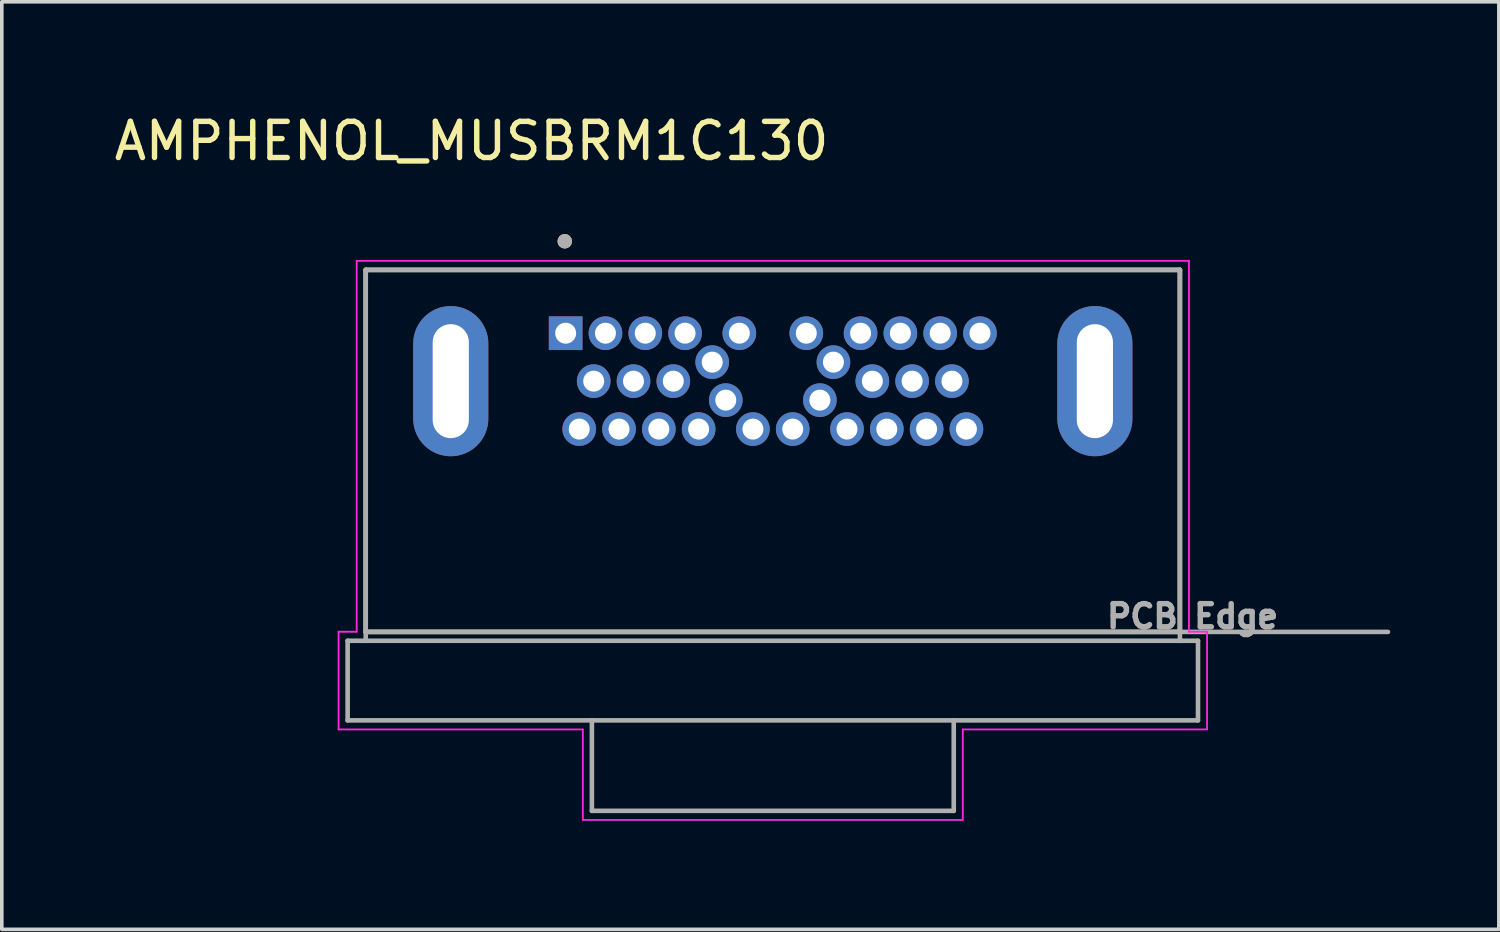
<source format=kicad_pcb>
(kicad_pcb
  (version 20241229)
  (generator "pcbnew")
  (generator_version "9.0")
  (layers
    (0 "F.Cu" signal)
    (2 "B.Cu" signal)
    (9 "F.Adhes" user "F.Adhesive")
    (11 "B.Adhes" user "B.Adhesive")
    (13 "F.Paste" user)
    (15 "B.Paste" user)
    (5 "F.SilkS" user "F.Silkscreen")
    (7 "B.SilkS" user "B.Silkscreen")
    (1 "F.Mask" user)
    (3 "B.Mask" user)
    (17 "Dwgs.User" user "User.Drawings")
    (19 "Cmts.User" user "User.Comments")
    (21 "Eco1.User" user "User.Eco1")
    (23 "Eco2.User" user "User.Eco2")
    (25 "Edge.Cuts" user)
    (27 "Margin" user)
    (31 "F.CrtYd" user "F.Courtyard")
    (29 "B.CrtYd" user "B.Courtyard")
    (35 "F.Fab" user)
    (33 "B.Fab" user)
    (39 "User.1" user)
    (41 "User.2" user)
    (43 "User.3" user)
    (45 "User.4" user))
  (footprint "AMPHENOL_MUSBRM1C130"
    (layer "F.Cu")
    (at 18.307 7.483)
    (property "Reference" "AMPHENOL_MUSBRM1C130" (at -8.325 -6.635 0) (layer "F.SilkS") (effects (font (size 1 1) (thickness 0.15))))
    (attr through_hole)
    (fp_line (start -11.25 -3.075) (end -11.25 6.93) (stroke (width 0.127) (type solid)) (layer "F.SilkS"))
    (fp_line (start -11.25 -3.075) (end 11.25 -3.075) (stroke (width 0.127) (type solid)) (layer "F.SilkS"))
    (fp_line (start 11.25 -3.075) (end 11.25 6.93) (stroke (width 0.127) (type solid)) (layer "F.SilkS"))
    (fp_line (start 11.25 6.93) (end -11.25 6.93) (stroke (width 0.127) (type solid)) (layer "F.SilkS"))
    (fp_circle (center -5.75 -3.865) (end -5.65 -3.865) (stroke (width 0.2) (type solid)) (fill no) (layer "F.SilkS"))
    (fp_line (start -12 6.925) (end -11.5 6.925) (stroke (width 0.05) (type solid)) (layer "F.CrtYd"))
    (fp_line (start -12 9.625) (end -12 6.925) (stroke (width 0.05) (type solid)) (layer "F.CrtYd"))
    (fp_line (start -11.5 -3.325) (end 11.5 -3.325) (stroke (width 0.05) (type solid)) (layer "F.CrtYd"))
    (fp_line (start -11.5 6.925) (end -11.5 -3.325) (stroke (width 0.05) (type solid)) (layer "F.CrtYd"))
    (fp_line (start -5.25 9.625) (end -12 9.625) (stroke (width 0.05) (type solid)) (layer "F.CrtYd"))
    (fp_line (start -5.25 12.125) (end -5.25 9.625) (stroke (width 0.05) (type solid)) (layer "F.CrtYd"))
    (fp_line (start 5.25 9.625) (end 5.25 12.125) (stroke (width 0.05) (type solid)) (layer "F.CrtYd"))
    (fp_line (start 5.25 12.125) (end -5.25 12.125) (stroke (width 0.05) (type solid)) (layer "F.CrtYd"))
    (fp_line (start 11.5 -3.325) (end 11.5 6.925) (stroke (width 0.05) (type solid)) (layer "F.CrtYd"))
    (fp_line (start 11.5 6.925) (end 12 6.925) (stroke (width 0.05) (type solid)) (layer "F.CrtYd"))
    (fp_line (start 12 6.925) (end 12 9.625) (stroke (width 0.05) (type solid)) (layer "F.CrtYd"))
    (fp_line (start 12 9.625) (end 5.25 9.625) (stroke (width 0.05) (type solid)) (layer "F.CrtYd"))
    (fp_line (start -11.75 7.175) (end -11.75 9.375) (stroke (width 0.127) (type solid)) (layer "F.Fab"))
    (fp_line (start -11.75 7.175) (end -11.25 7.175) (stroke (width 0.127) (type solid)) (layer "F.Fab"))
    (fp_line (start -11.75 9.375) (end -5 9.375) (stroke (width 0.127) (type solid)) (layer "F.Fab"))
    (fp_line (start -11.25 -3.075) (end -11.25 6.93) (stroke (width 0.127) (type solid)) (layer "F.Fab"))
    (fp_line (start -11.25 -3.075) (end 11.25 -3.075) (stroke (width 0.127) (type solid)) (layer "F.Fab"))
    (fp_line (start -11.25 6.93) (end -11.25 7.175) (stroke (width 0.127) (type solid)) (layer "F.Fab"))
    (fp_line (start -11.25 7.175) (end 11.25 7.175) (stroke (width 0.127) (type solid)) (layer "F.Fab"))
    (fp_line (start -5 9.375) (end -5 11.875) (stroke (width 0.127) (type solid)) (layer "F.Fab"))
    (fp_line (start -5 9.375) (end 5 9.375) (stroke (width 0.127) (type solid)) (layer "F.Fab"))
    (fp_line (start -5 11.875) (end 5 11.875) (stroke (width 0.127) (type solid)) (layer "F.Fab"))
    (fp_line (start 5 9.375) (end 11.75 9.375) (stroke (width 0.127) (type solid)) (layer "F.Fab"))
    (fp_line (start 5 11.875) (end 5 9.375) (stroke (width 0.127) (type solid)) (layer "F.Fab"))
    (fp_line (start 11.25 -3.075) (end 11.25 6.93) (stroke (width 0.127) (type solid)) (layer "F.Fab"))
    (fp_line (start 11.25 6.93) (end -11.25 6.93) (stroke (width 0.127) (type solid)) (layer "F.Fab"))
    (fp_line (start 11.25 6.93) (end 11.25 7.175) (stroke (width 0.127) (type solid)) (layer "F.Fab"))
    (fp_line (start 11.25 6.93) (end 17 6.93) (stroke (width 0.127) (type solid)) (layer "F.Fab"))
    (fp_line (start 11.25 7.175) (end 11.75 7.175) (stroke (width 0.127) (type solid)) (layer "F.Fab"))
    (fp_line (start 11.75 7.175) (end 11.75 9.375) (stroke (width 0.127) (type solid)) (layer "F.Fab"))
    (fp_circle (center -5.75 -3.865) (end -5.65 -3.865) (stroke (width 0.2) (type solid)) (fill no) (layer "F.Fab"))
    (fp_text user "PCB Edge" (at 11.6 6.5 0) (layer "F.Fab") (effects (font (size 0.64 0.64) (thickness 0.15))))
    (pad "A1" thru_hole rect (at -5.725 -1.325) (size 0.93 0.93) (drill 0.58) (layers "*.Cu" "*.Mask"))
    (pad "A2" thru_hole circle (at -4.625 -1.325) (size 0.93 0.93) (drill 0.58) (layers "*.Cu" "*.Mask"))
    (pad "A3" thru_hole circle (at -3.525 -1.325) (size 0.93 0.93) (drill 0.58) (layers "*.Cu" "*.Mask"))
    (pad "A4" thru_hole circle (at -2.425 -1.325) (size 0.93 0.93) (drill 0.58) (layers "*.Cu" "*.Mask"))
    (pad "A5" thru_hole circle (at -1.675 -0.525) (size 0.93 0.93) (drill 0.58) (layers "*.Cu" "*.Mask"))
    (pad "A6" thru_hole circle (at -0.925 -1.325) (size 0.93 0.93) (drill 0.58) (layers "*.Cu" "*.Mask"))
    (pad "A7" thru_hole circle (at 0.925 -1.325) (size 0.93 0.93) (drill 0.58) (layers "*.Cu" "*.Mask"))
    (pad "A8" thru_hole circle (at 1.675 -0.525) (size 0.93 0.93) (drill 0.58) (layers "*.Cu" "*.Mask"))
    (pad "A9" thru_hole circle (at 2.425 -1.325) (size 0.93 0.93) (drill 0.58) (layers "*.Cu" "*.Mask"))
    (pad "A10" thru_hole circle (at 3.525 -1.325) (size 0.93 0.93) (drill 0.58) (layers "*.Cu" "*.Mask"))
    (pad "A11" thru_hole circle (at 4.625 -1.325) (size 0.93 0.93) (drill 0.58) (layers "*.Cu" "*.Mask"))
    (pad "A12" thru_hole circle (at 5.725 -1.325) (size 0.93 0.93) (drill 0.58) (layers "*.Cu" "*.Mask"))
    (pad "B1" thru_hole circle (at 5.35 1.325) (size 0.93 0.93) (drill 0.58) (layers "*.Cu" "*.Mask"))
    (pad "B2" thru_hole circle (at 4.25 1.325) (size 0.93 0.93) (drill 0.58) (layers "*.Cu" "*.Mask"))
    (pad "B3" thru_hole circle (at 3.15 1.325) (size 0.93 0.93) (drill 0.58) (layers "*.Cu" "*.Mask"))
    (pad "B4" thru_hole circle (at 2.05 1.325) (size 0.93 0.93) (drill 0.58) (layers "*.Cu" "*.Mask"))
    (pad "B5" thru_hole circle (at 1.3 0.525) (size 0.93 0.93) (drill 0.58) (layers "*.Cu" "*.Mask"))
    (pad "B6" thru_hole circle (at 0.55 1.325) (size 0.93 0.93) (drill 0.58) (layers "*.Cu" "*.Mask"))
    (pad "B7" thru_hole circle (at -0.55 1.325) (size 0.93 0.93) (drill 0.58) (layers "*.Cu" "*.Mask"))
    (pad "B8" thru_hole circle (at -1.3 0.525) (size 0.93 0.93) (drill 0.58) (layers "*.Cu" "*.Mask"))
    (pad "B9" thru_hole circle (at -2.05 1.325) (size 0.93 0.93) (drill 0.58) (layers "*.Cu" "*.Mask"))
    (pad "B10" thru_hole circle (at -3.15 1.325) (size 0.93 0.93) (drill 0.58) (layers "*.Cu" "*.Mask"))
    (pad "B11" thru_hole circle (at -4.25 1.325) (size 0.93 0.93) (drill 0.58) (layers "*.Cu" "*.Mask"))
    (pad "B12" thru_hole circle (at -5.35 1.325) (size 0.93 0.93) (drill 0.58) (layers "*.Cu" "*.Mask"))
    (pad "G1" thru_hole circle (at -4.95 0) (size 0.93 0.93) (drill 0.58) (layers "*.Cu" "*.Mask"))
    (pad "G2" thru_hole circle (at -3.85 0) (size 0.93 0.93) (drill 0.58) (layers "*.Cu" "*.Mask"))
    (pad "G3" thru_hole circle (at -2.75 0) (size 0.93 0.93) (drill 0.58) (layers "*.Cu" "*.Mask"))
    (pad "G4" thru_hole circle (at 2.75 0) (size 0.93 0.93) (drill 0.58) (layers "*.Cu" "*.Mask"))
    (pad "G5" thru_hole circle (at 3.85 0) (size 0.93 0.93) (drill 0.58) (layers "*.Cu" "*.Mask"))
    (pad "G6" thru_hole circle (at 4.95 0) (size 0.93 0.93) (drill 0.58) (layers "*.Cu" "*.Mask"))
    (pad "S1" thru_hole oval (at -8.9 0) (size 2.075 4.15) (drill oval 1 3.15) (layers "*.Cu" "*.Mask"))
    (pad "S2" thru_hole oval (at 8.9 0) (size 2.075 4.15) (drill oval 1 3.15) (layers "*.Cu" "*.Mask"))
    (zone (net_name "") (layer "F.Cu") (hatch full 0.508) (connect_pads) (min_thickness 0.01) (filled_areas_thickness no) (keepout (tracks not_allowed) (vias not_allowed) (pads not_allowed) (copperpour not_allowed) (footprints allowed)) (placement (enabled no)) (fill) (polygon (pts (xy 8.732 4.983) (xy 10.082 4.983) (xy 10.082 14.413) (xy 8.732 14.413))))
    (zone (net_name "") (layer "F.Cu") (hatch full 0.508) (connect_pads) (min_thickness 0.01) (filled_areas_thickness no) (keepout (tracks not_allowed) (vias not_allowed) (pads not_allowed) (copperpour not_allowed) (footprints allowed)) (placement (enabled no)) (fill) (polygon (pts (xy 26.532 4.983) (xy 27.882 4.983) (xy 27.882 14.413) (xy 26.532 14.413))))
    (zone (net_name "") (layers "F.Cu" "B.Cu") (hatch full 0.508) (connect_pads) (min_thickness 0.01) (filled_areas_thickness no) (keepout (tracks allowed) (vias not_allowed) (pads allowed) (copperpour allowed) (footprints allowed)) (placement (enabled no)) (fill) (polygon (pts (xy 8.732 4.983) (xy 10.082 4.983) (xy 10.082 14.413) (xy 8.732 14.413))))
    (zone (net_name "") (layers "F.Cu" "B.Cu") (hatch full 0.508) (connect_pads) (min_thickness 0.01) (filled_areas_thickness no) (keepout (tracks allowed) (vias not_allowed) (pads allowed) (copperpour allowed) (footprints allowed)) (placement (enabled no)) (fill) (polygon (pts (xy 26.532 4.983) (xy 27.882 4.983) (xy 27.882 14.413) (xy 26.532 14.413)))))
  (gr_rect
    (start -3 -3)
    (end 38.371 22.633)
    (stroke (width 0.1) (type default))
    (fill no)
    (layer "Edge.Cuts")))
</source>
